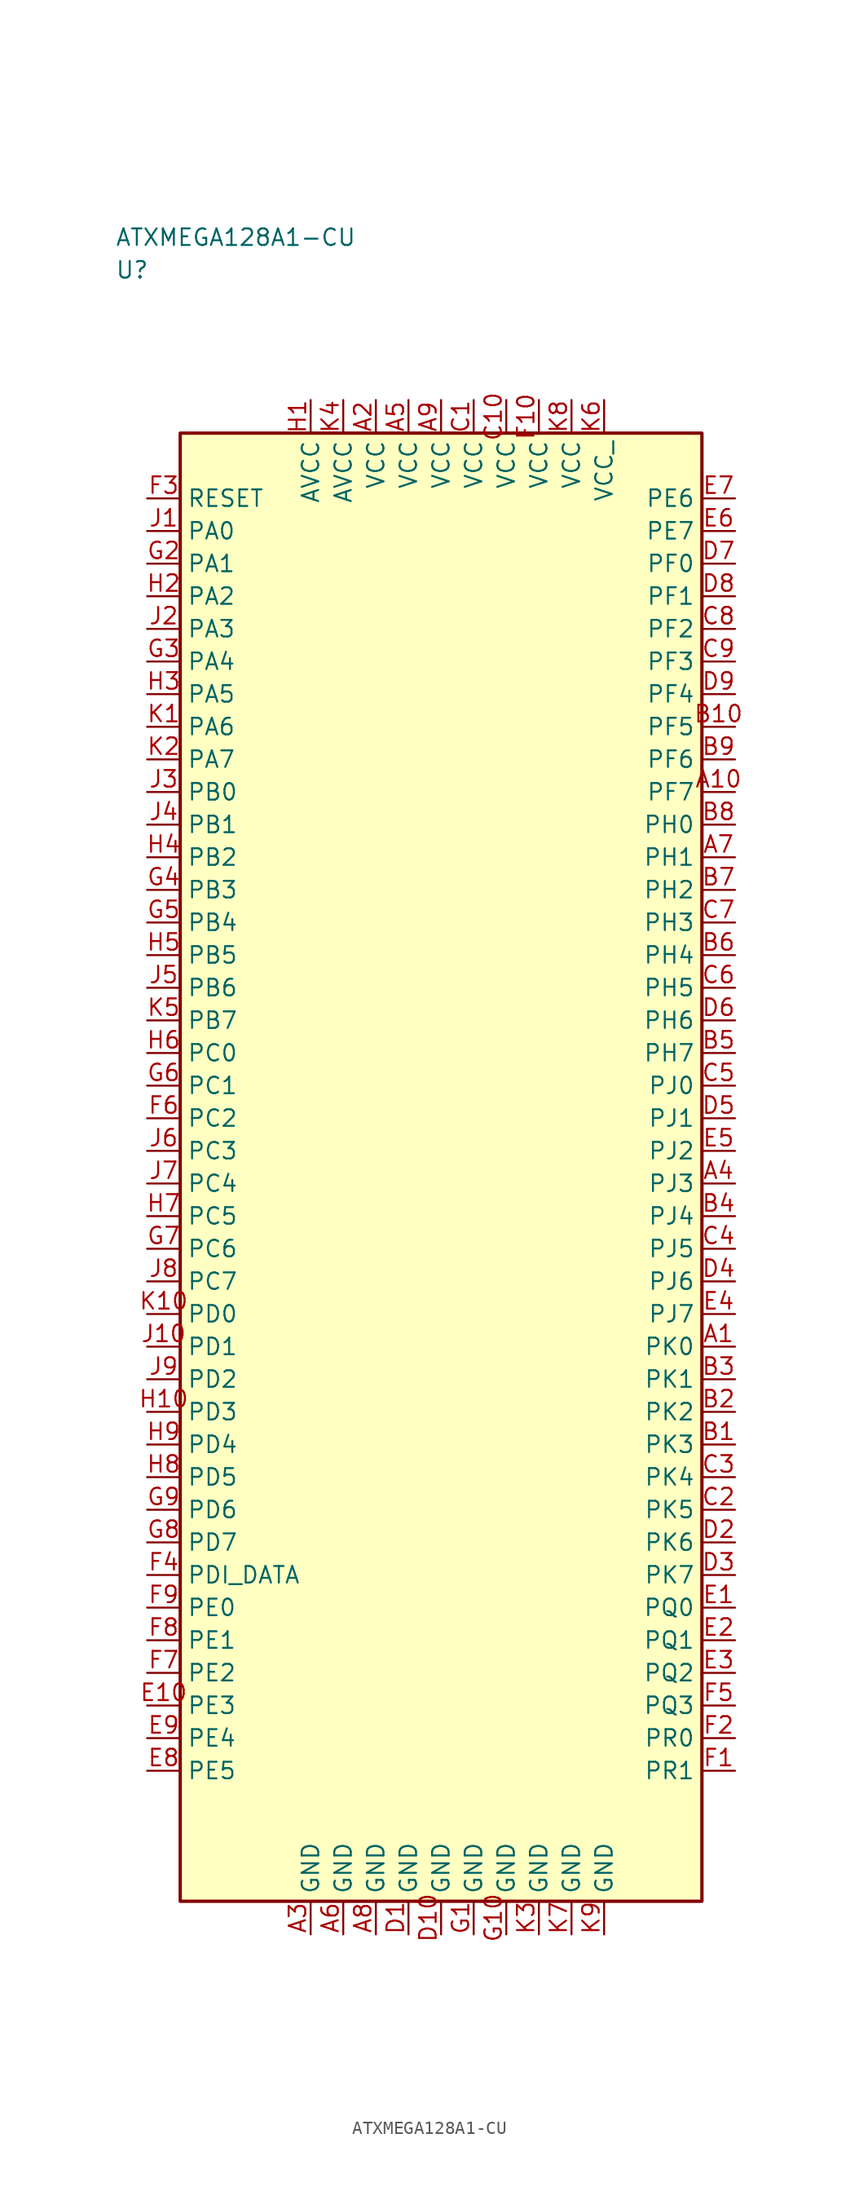
<source format=kicad_sym>
(kicad_symbol_lib
  (version 20241025)
  (generator "kicad_symbol_editor")
  (generator_version "8.0")
  (symbol "ATXMEGA128A1-CU"
    (property "Reference" "U"
      (at -25.0 68.75 0)
      (effects (font (size 1.27 1.27)) (justify left)))
    (property "Value" "ATXMEGA128A1-CU"
      (at -25.0 71.25 0)
      (effects (font (size 1.27 1.27)) (justify left)))
    (symbol "ATXMEGA128A1-CU_0_1"
      (rectangle (start -20.0 56.25) (end 20.0 -56.25) (stroke (width 0.254) (type default)) (fill (type background))))
    (symbol "ATXMEGA128A1-CU_1_1"
      (pin bidirectional line (at 22.54 -13.75 180.0) (length 2.54) (name "PK0" (effects (font (size 1.27 1.27)))) (number "A1" (effects (font (size 1.27 1.27)))))
      (pin power_in line (at -5.0 58.79 270.0) (length 2.54) (name "VCC" (effects (font (size 1.27 1.27)))) (number "A2" (effects (font (size 1.27 1.27)))))
      (pin passive line (at -10.0 -58.79 90.0) (length 2.54) (name "GND" (effects (font (size 1.27 1.27)))) (number "A3" (effects (font (size 1.27 1.27)))))
      (pin bidirectional line (at 22.54 -1.25 180.0) (length 2.54) (name "PJ3" (effects (font (size 1.27 1.27)))) (number "A4" (effects (font (size 1.27 1.27)))))
      (pin power_in line (at -2.5 58.79 270.0) (length 2.54) (name "VCC" (effects (font (size 1.27 1.27)))) (number "A5" (effects (font (size 1.27 1.27)))))
      (pin passive line (at -7.5 -58.79 90.0) (length 2.54) (name "GND" (effects (font (size 1.27 1.27)))) (number "A6" (effects (font (size 1.27 1.27)))))
      (pin bidirectional line (at 22.54 23.75 180.0) (length 2.54) (name "PH1" (effects (font (size 1.27 1.27)))) (number "A7" (effects (font (size 1.27 1.27)))))
      (pin passive line (at -5.0 -58.79 90.0) (length 2.54) (name "GND" (effects (font (size 1.27 1.27)))) (number "A8" (effects (font (size 1.27 1.27)))))
      (pin power_in line (at 0.0 58.79 270.0) (length 2.54) (name "VCC" (effects (font (size 1.27 1.27)))) (number "A9" (effects (font (size 1.27 1.27)))))
      (pin bidirectional line (at 22.54 28.75 180.0) (length 2.54) (name "PF7" (effects (font (size 1.27 1.27)))) (number "A10" (effects (font (size 1.27 1.27)))))
      (pin bidirectional line (at 22.54 -21.25 180.0) (length 2.54) (name "PK3" (effects (font (size 1.27 1.27)))) (number "B1" (effects (font (size 1.27 1.27)))))
      (pin bidirectional line (at 22.54 -18.75 180.0) (length 2.54) (name "PK2" (effects (font (size 1.27 1.27)))) (number "B2" (effects (font (size 1.27 1.27)))))
      (pin bidirectional line (at 22.54 -16.25 180.0) (length 2.54) (name "PK1" (effects (font (size 1.27 1.27)))) (number "B3" (effects (font (size 1.27 1.27)))))
      (pin bidirectional line (at 22.54 -3.75 180.0) (length 2.54) (name "PJ4" (effects (font (size 1.27 1.27)))) (number "B4" (effects (font (size 1.27 1.27)))))
      (pin bidirectional line (at 22.54 8.75 180.0) (length 2.54) (name "PH7" (effects (font (size 1.27 1.27)))) (number "B5" (effects (font (size 1.27 1.27)))))
      (pin bidirectional line (at 22.54 16.25 180.0) (length 2.54) (name "PH4" (effects (font (size 1.27 1.27)))) (number "B6" (effects (font (size 1.27 1.27)))))
      (pin bidirectional line (at 22.54 21.25 180.0) (length 2.54) (name "PH2" (effects (font (size 1.27 1.27)))) (number "B7" (effects (font (size 1.27 1.27)))))
      (pin bidirectional line (at 22.54 26.25 180.0) (length 2.54) (name "PH0" (effects (font (size 1.27 1.27)))) (number "B8" (effects (font (size 1.27 1.27)))))
      (pin bidirectional line (at 22.54 31.25 180.0) (length 2.54) (name "PF6" (effects (font (size 1.27 1.27)))) (number "B9" (effects (font (size 1.27 1.27)))))
      (pin bidirectional line (at 22.54 33.75 180.0) (length 2.54) (name "PF5" (effects (font (size 1.27 1.27)))) (number "B10" (effects (font (size 1.27 1.27)))))
      (pin power_in line (at 2.5 58.79 270.0) (length 2.54) (name "VCC" (effects (font (size 1.27 1.27)))) (number "C1" (effects (font (size 1.27 1.27)))))
      (pin bidirectional line (at 22.54 -26.25 180.0) (length 2.54) (name "PK5" (effects (font (size 1.27 1.27)))) (number "C2" (effects (font (size 1.27 1.27)))))
      (pin bidirectional line (at 22.54 -23.75 180.0) (length 2.54) (name "PK4" (effects (font (size 1.27 1.27)))) (number "C3" (effects (font (size 1.27 1.27)))))
      (pin bidirectional line (at 22.54 -6.25 180.0) (length 2.54) (name "PJ5" (effects (font (size 1.27 1.27)))) (number "C4" (effects (font (size 1.27 1.27)))))
      (pin bidirectional line (at 22.54 6.25 180.0) (length 2.54) (name "PJ0" (effects (font (size 1.27 1.27)))) (number "C5" (effects (font (size 1.27 1.27)))))
      (pin bidirectional line (at 22.54 13.75 180.0) (length 2.54) (name "PH5" (effects (font (size 1.27 1.27)))) (number "C6" (effects (font (size 1.27 1.27)))))
      (pin bidirectional line (at 22.54 18.75 180.0) (length 2.54) (name "PH3" (effects (font (size 1.27 1.27)))) (number "C7" (effects (font (size 1.27 1.27)))))
      (pin bidirectional line (at 22.54 41.25 180.0) (length 2.54) (name "PF2" (effects (font (size 1.27 1.27)))) (number "C8" (effects (font (size 1.27 1.27)))))
      (pin bidirectional line (at 22.54 38.75 180.0) (length 2.54) (name "PF3" (effects (font (size 1.27 1.27)))) (number "C9" (effects (font (size 1.27 1.27)))))
      (pin power_in line (at 5.0 58.79 270.0) (length 2.54) (name "VCC" (effects (font (size 1.27 1.27)))) (number "C10" (effects (font (size 1.27 1.27)))))
      (pin passive line (at -2.5 -58.79 90.0) (length 2.54) (name "GND" (effects (font (size 1.27 1.27)))) (number "D1" (effects (font (size 1.27 1.27)))))
      (pin bidirectional line (at 22.54 -28.75 180.0) (length 2.54) (name "PK6" (effects (font (size 1.27 1.27)))) (number "D2" (effects (font (size 1.27 1.27)))))
      (pin bidirectional line (at 22.54 -31.25 180.0) (length 2.54) (name "PK7" (effects (font (size 1.27 1.27)))) (number "D3" (effects (font (size 1.27 1.27)))))
      (pin bidirectional line (at 22.54 -8.75 180.0) (length 2.54) (name "PJ6" (effects (font (size 1.27 1.27)))) (number "D4" (effects (font (size 1.27 1.27)))))
      (pin bidirectional line (at 22.54 3.75 180.0) (length 2.54) (name "PJ1" (effects (font (size 1.27 1.27)))) (number "D5" (effects (font (size 1.27 1.27)))))
      (pin bidirectional line (at 22.54 11.25 180.0) (length 2.54) (name "PH6" (effects (font (size 1.27 1.27)))) (number "D6" (effects (font (size 1.27 1.27)))))
      (pin bidirectional line (at 22.54 46.25 180.0) (length 2.54) (name "PF0" (effects (font (size 1.27 1.27)))) (number "D7" (effects (font (size 1.27 1.27)))))
      (pin bidirectional line (at 22.54 43.75 180.0) (length 2.54) (name "PF1" (effects (font (size 1.27 1.27)))) (number "D8" (effects (font (size 1.27 1.27)))))
      (pin bidirectional line (at 22.54 36.25 180.0) (length 2.54) (name "PF4" (effects (font (size 1.27 1.27)))) (number "D9" (effects (font (size 1.27 1.27)))))
      (pin passive line (at 0.0 -58.79 90.0) (length 2.54) (name "GND" (effects (font (size 1.27 1.27)))) (number "D10" (effects (font (size 1.27 1.27)))))
      (pin bidirectional line (at 22.54 -33.75 180.0) (length 2.54) (name "PQ0" (effects (font (size 1.27 1.27)))) (number "E1" (effects (font (size 1.27 1.27)))))
      (pin bidirectional line (at 22.54 -36.25 180.0) (length 2.54) (name "PQ1" (effects (font (size 1.27 1.27)))) (number "E2" (effects (font (size 1.27 1.27)))))
      (pin bidirectional line (at 22.54 -38.75 180.0) (length 2.54) (name "PQ2" (effects (font (size 1.27 1.27)))) (number "E3" (effects (font (size 1.27 1.27)))))
      (pin bidirectional line (at 22.54 -11.25 180.0) (length 2.54) (name "PJ7" (effects (font (size 1.27 1.27)))) (number "E4" (effects (font (size 1.27 1.27)))))
      (pin bidirectional line (at 22.54 1.25 180.0) (length 2.54) (name "PJ2" (effects (font (size 1.27 1.27)))) (number "E5" (effects (font (size 1.27 1.27)))))
      (pin bidirectional line (at 22.54 48.75 180.0) (length 2.54) (name "PE7" (effects (font (size 1.27 1.27)))) (number "E6" (effects (font (size 1.27 1.27)))))
      (pin bidirectional line (at 22.54 51.25 180.0) (length 2.54) (name "PE6" (effects (font (size 1.27 1.27)))) (number "E7" (effects (font (size 1.27 1.27)))))
      (pin bidirectional line (at -22.54 -46.25 0.0) (length 2.54) (name "PE5" (effects (font (size 1.27 1.27)))) (number "E8" (effects (font (size 1.27 1.27)))))
      (pin bidirectional line (at -22.54 -43.75 0.0) (length 2.54) (name "PE4" (effects (font (size 1.27 1.27)))) (number "E9" (effects (font (size 1.27 1.27)))))
      (pin bidirectional line (at -22.54 -41.25 0.0) (length 2.54) (name "PE3" (effects (font (size 1.27 1.27)))) (number "E10" (effects (font (size 1.27 1.27)))))
      (pin bidirectional line (at 22.54 -46.25 180.0) (length 2.54) (name "PR1" (effects (font (size 1.27 1.27)))) (number "F1" (effects (font (size 1.27 1.27)))))
      (pin bidirectional line (at 22.54 -43.75 180.0) (length 2.54) (name "PR0" (effects (font (size 1.27 1.27)))) (number "F2" (effects (font (size 1.27 1.27)))))
      (pin input line (at -22.54 51.25 0.0) (length 2.54) (name "RESET" (effects (font (size 1.27 1.27)))) (number "F3" (effects (font (size 1.27 1.27)))))
      (pin bidirectional line (at -22.54 -31.25 0.0) (length 2.54) (name "PDI_DATA" (effects (font (size 1.27 1.27)))) (number "F4" (effects (font (size 1.27 1.27)))))
      (pin bidirectional line (at 22.54 -41.25 180.0) (length 2.54) (name "PQ3" (effects (font (size 1.27 1.27)))) (number "F5" (effects (font (size 1.27 1.27)))))
      (pin bidirectional line (at -22.54 3.75 0.0) (length 2.54) (name "PC2" (effects (font (size 1.27 1.27)))) (number "F6" (effects (font (size 1.27 1.27)))))
      (pin bidirectional line (at -22.54 -38.75 0.0) (length 2.54) (name "PE2" (effects (font (size 1.27 1.27)))) (number "F7" (effects (font (size 1.27 1.27)))))
      (pin bidirectional line (at -22.54 -36.25 0.0) (length 2.54) (name "PE1" (effects (font (size 1.27 1.27)))) (number "F8" (effects (font (size 1.27 1.27)))))
      (pin bidirectional line (at -22.54 -33.75 0.0) (length 2.54) (name "PE0" (effects (font (size 1.27 1.27)))) (number "F9" (effects (font (size 1.27 1.27)))))
      (pin power_in line (at 7.5 58.79 270.0) (length 2.54) (name "VCC" (effects (font (size 1.27 1.27)))) (number "F10" (effects (font (size 1.27 1.27)))))
      (pin passive line (at 2.5 -58.79 90.0) (length 2.54) (name "GND" (effects (font (size 1.27 1.27)))) (number "G1" (effects (font (size 1.27 1.27)))))
      (pin bidirectional line (at -22.54 46.25 0.0) (length 2.54) (name "PA1" (effects (font (size 1.27 1.27)))) (number "G2" (effects (font (size 1.27 1.27)))))
      (pin bidirectional line (at -22.54 38.75 0.0) (length 2.54) (name "PA4" (effects (font (size 1.27 1.27)))) (number "G3" (effects (font (size 1.27 1.27)))))
      (pin bidirectional line (at -22.54 21.25 0.0) (length 2.54) (name "PB3" (effects (font (size 1.27 1.27)))) (number "G4" (effects (font (size 1.27 1.27)))))
      (pin bidirectional line (at -22.54 18.75 0.0) (length 2.54) (name "PB4" (effects (font (size 1.27 1.27)))) (number "G5" (effects (font (size 1.27 1.27)))))
      (pin bidirectional line (at -22.54 6.25 0.0) (length 2.54) (name "PC1" (effects (font (size 1.27 1.27)))) (number "G6" (effects (font (size 1.27 1.27)))))
      (pin bidirectional line (at -22.54 -6.25 0.0) (length 2.54) (name "PC6" (effects (font (size 1.27 1.27)))) (number "G7" (effects (font (size 1.27 1.27)))))
      (pin bidirectional line (at -22.54 -28.75 0.0) (length 2.54) (name "PD7" (effects (font (size 1.27 1.27)))) (number "G8" (effects (font (size 1.27 1.27)))))
      (pin bidirectional line (at -22.54 -26.25 0.0) (length 2.54) (name "PD6" (effects (font (size 1.27 1.27)))) (number "G9" (effects (font (size 1.27 1.27)))))
      (pin passive line (at 5.0 -58.79 90.0) (length 2.54) (name "GND" (effects (font (size 1.27 1.27)))) (number "G10" (effects (font (size 1.27 1.27)))))
      (pin power_in line (at -10.0 58.79 270.0) (length 2.54) (name "AVCC" (effects (font (size 1.27 1.27)))) (number "H1" (effects (font (size 1.27 1.27)))))
      (pin bidirectional line (at -22.54 43.75 0.0) (length 2.54) (name "PA2" (effects (font (size 1.27 1.27)))) (number "H2" (effects (font (size 1.27 1.27)))))
      (pin bidirectional line (at -22.54 36.25 0.0) (length 2.54) (name "PA5" (effects (font (size 1.27 1.27)))) (number "H3" (effects (font (size 1.27 1.27)))))
      (pin bidirectional line (at -22.54 23.75 0.0) (length 2.54) (name "PB2" (effects (font (size 1.27 1.27)))) (number "H4" (effects (font (size 1.27 1.27)))))
      (pin bidirectional line (at -22.54 16.25 0.0) (length 2.54) (name "PB5" (effects (font (size 1.27 1.27)))) (number "H5" (effects (font (size 1.27 1.27)))))
      (pin bidirectional line (at -22.54 8.75 0.0) (length 2.54) (name "PC0" (effects (font (size 1.27 1.27)))) (number "H6" (effects (font (size 1.27 1.27)))))
      (pin bidirectional line (at -22.54 -3.75 0.0) (length 2.54) (name "PC5" (effects (font (size 1.27 1.27)))) (number "H7" (effects (font (size 1.27 1.27)))))
      (pin bidirectional line (at -22.54 -23.75 0.0) (length 2.54) (name "PD5" (effects (font (size 1.27 1.27)))) (number "H8" (effects (font (size 1.27 1.27)))))
      (pin bidirectional line (at -22.54 -21.25 0.0) (length 2.54) (name "PD4" (effects (font (size 1.27 1.27)))) (number "H9" (effects (font (size 1.27 1.27)))))
      (pin bidirectional line (at -22.54 -18.75 0.0) (length 2.54) (name "PD3" (effects (font (size 1.27 1.27)))) (number "H10" (effects (font (size 1.27 1.27)))))
      (pin bidirectional line (at -22.54 48.75 0.0) (length 2.54) (name "PA0" (effects (font (size 1.27 1.27)))) (number "J1" (effects (font (size 1.27 1.27)))))
      (pin bidirectional line (at -22.54 41.25 0.0) (length 2.54) (name "PA3" (effects (font (size 1.27 1.27)))) (number "J2" (effects (font (size 1.27 1.27)))))
      (pin bidirectional line (at -22.54 28.75 0.0) (length 2.54) (name "PB0" (effects (font (size 1.27 1.27)))) (number "J3" (effects (font (size 1.27 1.27)))))
      (pin bidirectional line (at -22.54 26.25 0.0) (length 2.54) (name "PB1" (effects (font (size 1.27 1.27)))) (number "J4" (effects (font (size 1.27 1.27)))))
      (pin bidirectional line (at -22.54 13.75 0.0) (length 2.54) (name "PB6" (effects (font (size 1.27 1.27)))) (number "J5" (effects (font (size 1.27 1.27)))))
      (pin bidirectional line (at -22.54 1.25 0.0) (length 2.54) (name "PC3" (effects (font (size 1.27 1.27)))) (number "J6" (effects (font (size 1.27 1.27)))))
      (pin bidirectional line (at -22.54 -1.25 0.0) (length 2.54) (name "PC4" (effects (font (size 1.27 1.27)))) (number "J7" (effects (font (size 1.27 1.27)))))
      (pin bidirectional line (at -22.54 -8.75 0.0) (length 2.54) (name "PC7" (effects (font (size 1.27 1.27)))) (number "J8" (effects (font (size 1.27 1.27)))))
      (pin bidirectional line (at -22.54 -16.25 0.0) (length 2.54) (name "PD2" (effects (font (size 1.27 1.27)))) (number "J9" (effects (font (size 1.27 1.27)))))
      (pin bidirectional line (at -22.54 -13.75 0.0) (length 2.54) (name "PD1" (effects (font (size 1.27 1.27)))) (number "J10" (effects (font (size 1.27 1.27)))))
      (pin bidirectional line (at -22.54 33.75 0.0) (length 2.54) (name "PA6" (effects (font (size 1.27 1.27)))) (number "K1" (effects (font (size 1.27 1.27)))))
      (pin bidirectional line (at -22.54 31.25 0.0) (length 2.54) (name "PA7" (effects (font (size 1.27 1.27)))) (number "K2" (effects (font (size 1.27 1.27)))))
      (pin passive line (at 7.5 -58.79 90.0) (length 2.54) (name "GND" (effects (font (size 1.27 1.27)))) (number "K3" (effects (font (size 1.27 1.27)))))
      (pin power_in line (at -7.5 58.79 270.0) (length 2.54) (name "AVCC" (effects (font (size 1.27 1.27)))) (number "K4" (effects (font (size 1.27 1.27)))))
      (pin bidirectional line (at -22.54 11.25 0.0) (length 2.54) (name "PB7" (effects (font (size 1.27 1.27)))) (number "K5" (effects (font (size 1.27 1.27)))))
      (pin power_in line (at 12.5 58.79 270.0) (length 2.54) (name "VCC " (effects (font (size 1.27 1.27)))) (number "K6" (effects (font (size 1.27 1.27)))))
      (pin passive line (at 10.0 -58.79 90.0) (length 2.54) (name "GND" (effects (font (size 1.27 1.27)))) (number "K7" (effects (font (size 1.27 1.27)))))
      (pin power_in line (at 10.0 58.79 270.0) (length 2.54) (name "VCC" (effects (font (size 1.27 1.27)))) (number "K8" (effects (font (size 1.27 1.27)))))
      (pin passive line (at 12.5 -58.79 90.0) (length 2.54) (name "GND" (effects (font (size 1.27 1.27)))) (number "K9" (effects (font (size 1.27 1.27)))))
      (pin bidirectional line (at -22.54 -11.25 0.0) (length 2.54) (name "PD0" (effects (font (size 1.27 1.27)))) (number "K10" (effects (font (size 1.27 1.27))))))))
</source>
